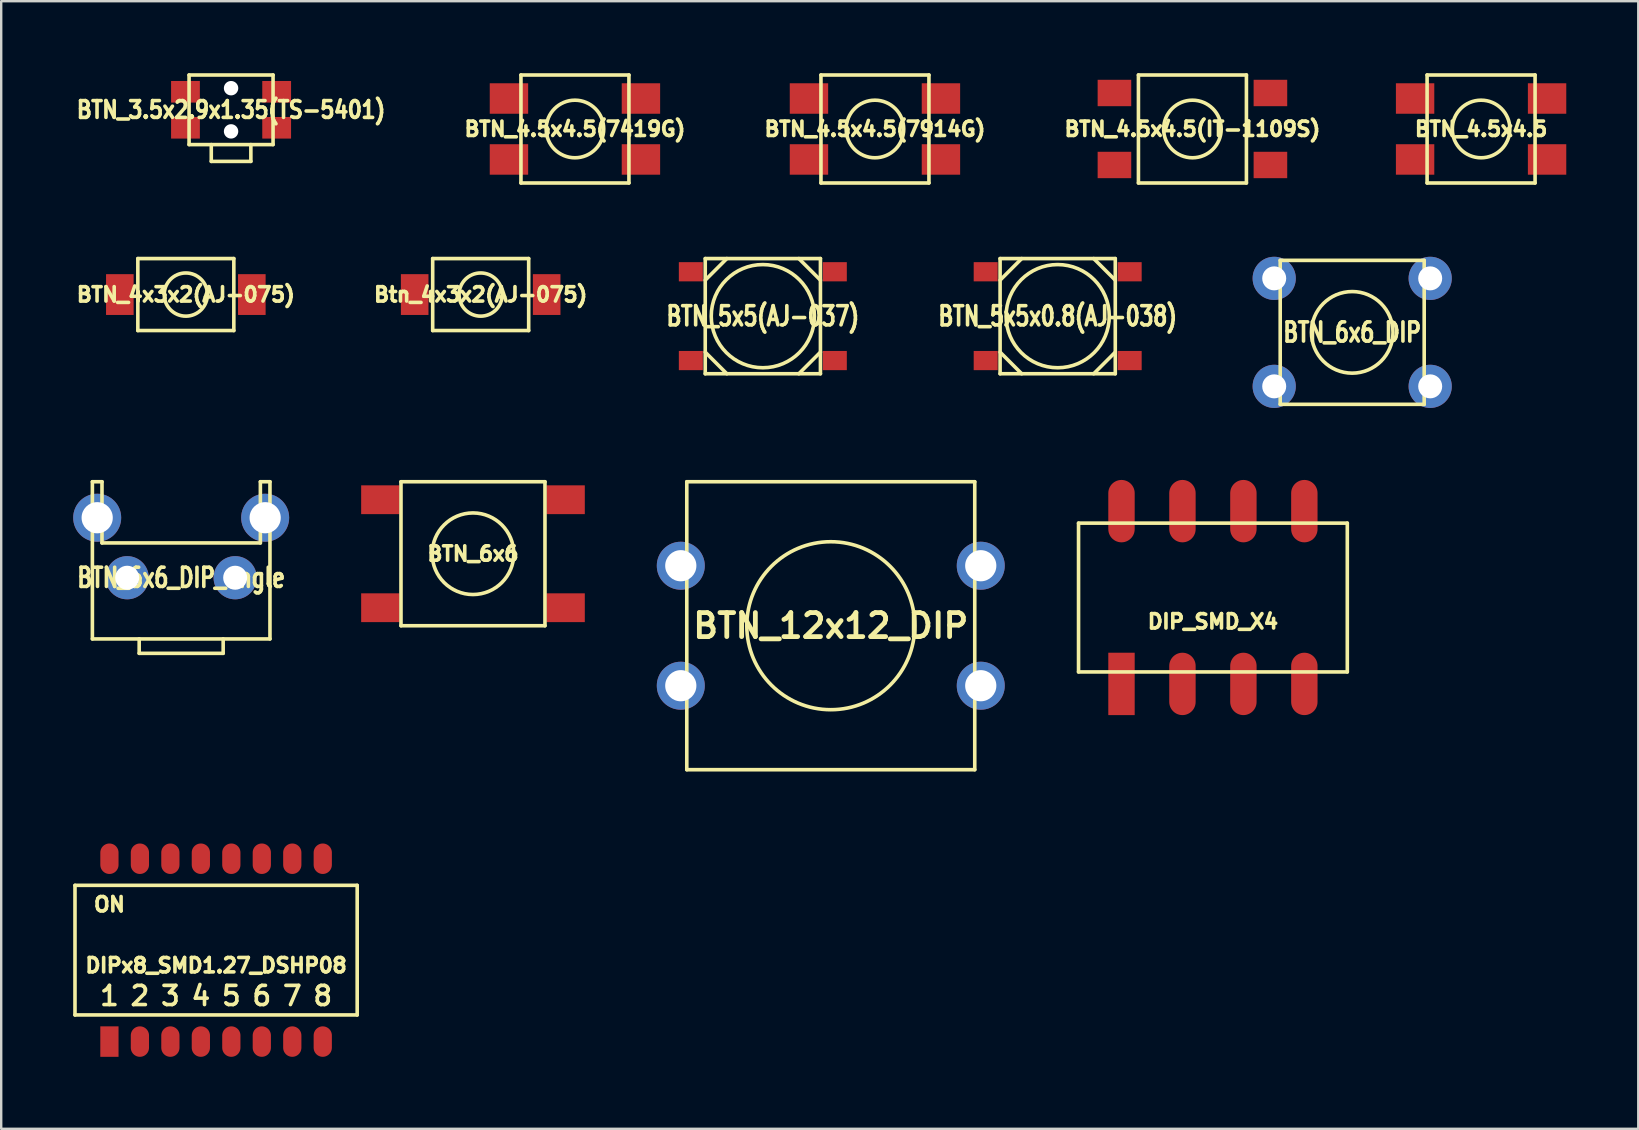
<source format=kicad_pcb>
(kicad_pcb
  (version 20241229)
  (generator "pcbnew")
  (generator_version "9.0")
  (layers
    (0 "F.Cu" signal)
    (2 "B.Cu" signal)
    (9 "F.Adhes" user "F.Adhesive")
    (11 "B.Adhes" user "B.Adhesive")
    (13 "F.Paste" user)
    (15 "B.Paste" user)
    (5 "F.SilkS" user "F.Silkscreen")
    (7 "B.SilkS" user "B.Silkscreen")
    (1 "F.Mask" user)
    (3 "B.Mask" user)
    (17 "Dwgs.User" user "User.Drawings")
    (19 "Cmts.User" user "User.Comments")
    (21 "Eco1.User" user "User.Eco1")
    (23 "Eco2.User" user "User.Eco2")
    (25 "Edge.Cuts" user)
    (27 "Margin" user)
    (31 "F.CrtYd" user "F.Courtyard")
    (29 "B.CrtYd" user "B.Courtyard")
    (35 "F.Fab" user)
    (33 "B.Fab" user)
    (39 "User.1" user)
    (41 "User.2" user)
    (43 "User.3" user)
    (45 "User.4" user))
  (footprint "BTN_5x5x0.8(AJ-038)"
    (layer "F.Cu")
    (at 41.026 10.125)
    (property "Reference" "BTN_5x5x0.8(AJ-038)" (at 0 0 0) (layer "F.SilkS") (effects (font (size 0.8 0.6) (thickness 0.15))))
    (attr through_hole)
    (fp_line (start -2.4 -2.4) (end -2.4 2.4) (stroke (width 0.15) (type solid)) (layer "F.SilkS"))
    (fp_line (start -2.4 2.4) (end 2.4 2.4) (stroke (width 0.15) (type solid)) (layer "F.SilkS"))
    (fp_line (start -1.5 -2.4) (end -2.4 -1.5) (stroke (width 0.15) (type solid)) (layer "F.SilkS"))
    (fp_line (start -1.5 2.4) (end -2.4 1.5) (stroke (width 0.15) (type solid)) (layer "F.SilkS"))
    (fp_line (start 2.4 -2.4) (end -2.4 -2.4) (stroke (width 0.15) (type solid)) (layer "F.SilkS"))
    (fp_line (start 2.4 -1.5) (end 1.5 -2.4) (stroke (width 0.15) (type solid)) (layer "F.SilkS"))
    (fp_line (start 2.4 1.5) (end 1.5 2.4) (stroke (width 0.15) (type solid)) (layer "F.SilkS"))
    (fp_line (start 2.4 2.4) (end 2.4 -2.4) (stroke (width 0.15) (type solid)) (layer "F.SilkS"))
    (fp_circle (center 0 0) (end 2.15 0) (stroke (width 0.15) (type solid)) (fill no) (layer "F.SilkS"))
    (pad "1" smd rect (at -3 -1.85) (size 1 0.8) (layers "F.Cu" "F.Mask" "F.Paste"))
    (pad "1" smd rect (at 3 -1.85) (size 1 0.8) (layers "F.Cu" "F.Mask" "F.Paste"))
    (pad "2" smd rect (at -3 1.85) (size 1 0.8) (layers "F.Cu" "F.Mask" "F.Paste"))
    (pad "2" smd rect (at 3 1.85) (size 1 0.8) (layers "F.Cu" "F.Mask" "F.Paste")))
  (footprint "DIPx8_SMD1.27_DSHP08"
    (layer "F.Cu")
    (at 5.955 36.545)
    (property "Reference" "DIPx8_SMD1.27_DSHP08" (at 0 0.635 0) (layer "F.SilkS") (effects (font (size 0.6 0.6) (thickness 0.15))))
    (attr smd)
    (fp_line (start -5.88 -2.7) (end 5.88 -2.7) (stroke (width 0.15) (type solid)) (layer "F.SilkS"))
    (fp_line (start -5.88 2.7) (end -5.88 -2.7) (stroke (width 0.15) (type solid)) (layer "F.SilkS"))
    (fp_line (start 5.88 -2.7) (end 5.88 2.7) (stroke (width 0.15) (type solid)) (layer "F.SilkS"))
    (fp_line (start 5.88 2.7) (end -5.88 2.7) (stroke (width 0.15) (type solid)) (layer "F.SilkS"))
    (fp_text user "5" (at 0.635 1.905 0) (unlocked yes) (layer "F.SilkS") (effects (font (size 0.8 0.8) (thickness 0.15))))
    (fp_text user "2" (at -3.175 1.905 0) (unlocked yes) (layer "F.SilkS") (effects (font (size 0.8 0.8) (thickness 0.15))))
    (fp_text user "ON" (at -4.445 -1.905 0) (unlocked yes) (layer "F.SilkS") (effects (font (size 0.6 0.6) (thickness 0.15))))
    (fp_text user "3" (at -1.905 1.905 0) (unlocked yes) (layer "F.SilkS") (effects (font (size 0.8 0.8) (thickness 0.15))))
    (fp_text user "6" (at 1.905 1.905 0) (unlocked yes) (layer "F.SilkS") (effects (font (size 0.8 0.8) (thickness 0.15))))
    (fp_text user "1" (at -4.445 1.905 0) (unlocked yes) (layer "F.SilkS") (effects (font (size 0.8 0.8) (thickness 0.15))))
    (fp_text user "7" (at 3.175 1.905 0) (unlocked yes) (layer "F.SilkS") (effects (font (size 0.8 0.8) (thickness 0.15))))
    (fp_text user "4" (at -0.635 1.905 0) (unlocked yes) (layer "F.SilkS") (effects (font (size 0.8 0.8) (thickness 0.15))))
    (fp_text user "8" (at 4.445 1.905 0) (unlocked yes) (layer "F.SilkS") (effects (font (size 0.8 0.8) (thickness 0.15))))
    (pad "1" smd rect (at -4.445 3.81) (size 0.76 1.27) (layers "F.Cu" "F.Mask" "F.Paste"))
    (pad "2" smd oval (at -4.445 -3.81) (size 0.76 1.27) (layers "F.Cu" "F.Mask" "F.Paste"))
    (pad "3" smd oval (at -3.175 3.81) (size 0.76 1.27) (layers "F.Cu" "F.Mask" "F.Paste"))
    (pad "4" smd oval (at -3.175 -3.81) (size 0.76 1.27) (layers "F.Cu" "F.Mask" "F.Paste"))
    (pad "5" smd oval (at -1.905 3.81) (size 0.76 1.27) (layers "F.Cu" "F.Mask" "F.Paste"))
    (pad "6" smd oval (at -1.905 -3.81) (size 0.76 1.27) (layers "F.Cu" "F.Mask" "F.Paste"))
    (pad "7" smd oval (at -0.635 3.81) (size 0.76 1.27) (layers "F.Cu" "F.Mask" "F.Paste"))
    (pad "8" smd oval (at -0.635 -3.81) (size 0.76 1.27) (layers "F.Cu" "F.Mask" "F.Paste"))
    (pad "9" smd oval (at 0.635 3.81) (size 0.76 1.27) (layers "F.Cu" "F.Mask" "F.Paste"))
    (pad "10" smd oval (at 0.635 -3.81) (size 0.76 1.27) (layers "F.Cu" "F.Mask" "F.Paste"))
    (pad "11" smd oval (at 1.905 3.81) (size 0.76 1.27) (layers "F.Cu" "F.Mask" "F.Paste"))
    (pad "12" smd oval (at 1.905 -3.81) (size 0.76 1.27) (layers "F.Cu" "F.Mask" "F.Paste"))
    (pad "13" smd oval (at 3.175 3.81) (size 0.76 1.27) (layers "F.Cu" "F.Mask" "F.Paste"))
    (pad "14" smd oval (at 3.175 -3.81) (size 0.76 1.27) (layers "F.Cu" "F.Mask" "F.Paste"))
    (pad "15" smd oval (at 4.445 3.81) (size 0.76 1.27) (layers "F.Cu" "F.Mask" "F.Paste"))
    (pad "16" smd oval (at 4.445 -3.81) (size 0.76 1.27) (layers "F.Cu" "F.Mask" "F.Paste")))
  (footprint "BTN_4.5x4.5(7419G)"
    (layer "F.Cu")
    (at 20.909 2.325)
    (property "Reference" "BTN_4.5x4.5(7419G)" (at 0 0 0) (layer "F.SilkS") (effects (font (size 0.6 0.6) (thickness 0.15))))
    (attr smd)
    (fp_line (start -2.25 -2.25) (end -2.25 2.25) (stroke (width 0.15) (type solid)) (layer "F.SilkS"))
    (fp_line (start -2.25 2.25) (end 2.25 2.25) (stroke (width 0.15) (type solid)) (layer "F.SilkS"))
    (fp_line (start 2.25 -2.25) (end -2.25 -2.25) (stroke (width 0.15) (type solid)) (layer "F.SilkS"))
    (fp_line (start 2.25 2.25) (end 2.25 -2.25) (stroke (width 0.15) (type solid)) (layer "F.SilkS"))
    (fp_circle (center 0 0) (end -1.2 0) (stroke (width 0.15) (type solid)) (fill no) (layer "F.SilkS"))
    (pad "1" smd rect (at -2.75 -1.27) (size 1.6 1.27) (layers "F.Cu" "F.Mask" "F.Paste"))
    (pad "1" smd rect (at 2.75 -1.27) (size 1.6 1.27) (layers "F.Cu" "F.Mask" "F.Paste"))
    (pad "2" smd rect (at -2.75 1.27) (size 1.6 1.27) (layers "F.Cu" "F.Mask" "F.Paste"))
    (pad "2" smd rect (at 2.75 1.27) (size 1.6 1.27) (layers "F.Cu" "F.Mask" "F.Paste")))
  (footprint "BTN_4.5x4.5(IT-1109S)"
    (layer "F.Cu")
    (at 46.641 2.325)
    (property "Reference" "BTN_4.5x4.5(IT-1109S)" (at 0 0 0) (layer "F.SilkS") (effects (font (size 0.6 0.6) (thickness 0.15))))
    (attr smd)
    (fp_line (start -2.25 -2.25) (end -2.25 2.25) (stroke (width 0.15) (type solid)) (layer "F.SilkS"))
    (fp_line (start -2.25 2.25) (end 2.25 2.25) (stroke (width 0.15) (type solid)) (layer "F.SilkS"))
    (fp_line (start 2.25 -2.25) (end -2.25 -2.25) (stroke (width 0.15) (type solid)) (layer "F.SilkS"))
    (fp_line (start 2.25 2.25) (end 2.25 -2.25) (stroke (width 0.15) (type solid)) (layer "F.SilkS"))
    (fp_circle (center 0 0) (end -1.2 0) (stroke (width 0.15) (type solid)) (fill no) (layer "F.SilkS"))
    (pad "1" smd rect (at -3.25 -1.5) (size 1.4 1.1) (layers "F.Cu" "F.Mask" "F.Paste"))
    (pad "1" smd rect (at 3.25 -1.5) (size 1.4 1.1) (layers "F.Cu" "F.Mask" "F.Paste"))
    (pad "2" smd rect (at -3.25 1.5) (size 1.4 1.1) (layers "F.Cu" "F.Mask" "F.Paste"))
    (pad "2" smd rect (at 3.25 1.5) (size 1.4 1.1) (layers "F.Cu" "F.Mask" "F.Paste")))
  (footprint "BTN_4.5x4.5(7914G)"
    (layer "F.Cu")
    (at 33.411 2.325)
    (property "Reference" "BTN_4.5x4.5(7914G)" (at 0 0 0) (layer "F.SilkS") (effects (font (size 0.6 0.6) (thickness 0.15))))
    (attr smd)
    (fp_line (start -2.25 -2.25) (end -2.25 2.25) (stroke (width 0.15) (type solid)) (layer "F.SilkS"))
    (fp_line (start -2.25 2.25) (end 2.25 2.25) (stroke (width 0.15) (type solid)) (layer "F.SilkS"))
    (fp_line (start 2.25 -2.25) (end -2.25 -2.25) (stroke (width 0.15) (type solid)) (layer "F.SilkS"))
    (fp_line (start 2.25 2.25) (end 2.25 -2.25) (stroke (width 0.15) (type solid)) (layer "F.SilkS"))
    (fp_circle (center 0 0) (end -1.2 0) (stroke (width 0.15) (type solid)) (fill no) (layer "F.SilkS"))
    (pad "1" smd rect (at -2.75 -1.27) (size 1.6 1.27) (layers "F.Cu" "F.Mask" "F.Paste"))
    (pad "1" smd rect (at 2.75 -1.27) (size 1.6 1.27) (layers "F.Cu" "F.Mask" "F.Paste"))
    (pad "2" smd rect (at -2.75 1.27) (size 1.6 1.27) (layers "F.Cu" "F.Mask" "F.Paste"))
    (pad "2" smd rect (at 2.75 1.27) (size 1.6 1.27) (layers "F.Cu" "F.Mask" "F.Paste")))
  (footprint "BTN_6x6"
    (layer "F.Cu")
    (at 16.66 20.025)
    (property "Reference" "BTN_6x6" (at 0 0 0) (layer "F.SilkS") (effects (font (size 0.6 0.6) (thickness 0.15))))
    (attr through_hole)
    (fp_line (start -3 -3) (end -3 3) (stroke (width 0.15) (type solid)) (layer "F.SilkS"))
    (fp_line (start -3 3) (end 3 3) (stroke (width 0.15) (type solid)) (layer "F.SilkS"))
    (fp_line (start 3 -3) (end -3 -3) (stroke (width 0.15) (type solid)) (layer "F.SilkS"))
    (fp_line (start 3 3) (end 3 -3) (stroke (width 0.15) (type solid)) (layer "F.SilkS"))
    (fp_circle (center 0 0) (end -1.7 0) (stroke (width 0.15) (type solid)) (fill no) (layer "F.SilkS"))
    (pad "1" smd rect (at -3.86 -2.25) (size 1.6 1.2) (layers "F.Cu" "F.Mask" "F.Paste"))
    (pad "1" smd rect (at 3.86 -2.25) (size 1.6 1.2) (layers "F.Cu" "F.Mask" "F.Paste"))
    (pad "2" smd rect (at -3.86 2.25) (size 1.6 1.2) (layers "F.Cu" "F.Mask" "F.Paste"))
    (pad "2" smd rect (at 3.86 2.25) (size 1.6 1.2) (layers "F.Cu" "F.Mask" "F.Paste")))
  (footprint "BTN_4.5x4.5"
    (layer "F.Cu")
    (at 58.67 2.325)
    (property "Reference" "BTN_4.5x4.5" (at 0 0 0) (layer "F.SilkS") (effects (font (size 0.6 0.6) (thickness 0.15))))
    (attr smd)
    (fp_line (start -2.25 -2.25) (end -2.25 2.25) (stroke (width 0.15) (type solid)) (layer "F.SilkS"))
    (fp_line (start -2.25 2.25) (end 2.25 2.25) (stroke (width 0.15) (type solid)) (layer "F.SilkS"))
    (fp_line (start 2.25 -2.25) (end -2.25 -2.25) (stroke (width 0.15) (type solid)) (layer "F.SilkS"))
    (fp_line (start 2.25 2.25) (end 2.25 -2.25) (stroke (width 0.15) (type solid)) (layer "F.SilkS"))
    (fp_circle (center 0 0) (end -1.2 0) (stroke (width 0.15) (type solid)) (fill no) (layer "F.SilkS"))
    (pad "1" smd rect (at -2.75 -1.27) (size 1.6 1.27) (layers "F.Cu" "F.Mask" "F.Paste"))
    (pad "1" smd rect (at 2.75 -1.27) (size 1.6 1.27) (layers "F.Cu" "F.Mask" "F.Paste"))
    (pad "2" smd rect (at -2.75 1.27) (size 1.6 1.27) (layers "F.Cu" "F.Mask" "F.Paste"))
    (pad "2" smd rect (at 2.75 1.27) (size 1.6 1.27) (layers "F.Cu" "F.Mask" "F.Paste")))
  (footprint "DIP_SMD_X4"
    (layer "F.Cu")
    (at 47.495 21.85)
    (property "Reference" "DIP_SMD_X4" (at 0 1 0) (layer "F.SilkS") (effects (font (size 0.6 0.6) (thickness 0.15))))
    (attr through_hole)
    (fp_line (start -5.6 -3.1) (end 5.6 -3.1) (stroke (width 0.15) (type solid)) (layer "F.SilkS"))
    (fp_line (start -5.6 3.1) (end -5.6 -3.1) (stroke (width 0.15) (type solid)) (layer "F.SilkS"))
    (fp_line (start 5.6 -3.1) (end 5.6 3.1) (stroke (width 0.15) (type solid)) (layer "F.SilkS"))
    (fp_line (start 5.6 3.1) (end -5.6 3.1) (stroke (width 0.15) (type solid)) (layer "F.SilkS"))
    (pad "1" smd rect (at -3.81 3.6) (size 1.1 2.6) (layers "F.Cu" "F.Mask" "F.Paste"))
    (pad "2" smd oval (at -1.27 3.6) (size 1.1 2.6) (layers "F.Cu" "F.Mask" "F.Paste"))
    (pad "3" smd oval (at 1.27 3.6) (size 1.1 2.6) (layers "F.Cu" "F.Mask" "F.Paste"))
    (pad "4" smd oval (at 3.81 3.6) (size 1.1 2.6) (layers "F.Cu" "F.Mask" "F.Paste"))
    (pad "5" smd oval (at 3.81 -3.6) (size 1.1 2.6) (layers "F.Cu" "F.Mask" "F.Paste"))
    (pad "6" smd oval (at 1.27 -3.6) (size 1.1 2.6) (layers "F.Cu" "F.Mask" "F.Paste"))
    (pad "7" smd oval (at -1.27 -3.6) (size 1.1 2.6) (layers "F.Cu" "F.Mask" "F.Paste"))
    (pad "8" smd oval (at -3.81 -3.6) (size 1.1 2.6) (layers "F.Cu" "F.Mask" "F.Paste")))
  (footprint "BTN_3.5x2.9x1.35(TS-5401)"
    (layer "F.Cu")
    (at 6.579 1.525)
    (property "Reference" "BTN_3.5x2.9x1.35(TS-5401)" (at 0 0 0) (layer "F.SilkS") (effects (font (size 0.7 0.6) (thickness 0.15))))
    (attr smd)
    (fp_line (start -1.75 -1.45) (end -1.75 1.45) (stroke (width 0.15) (type solid)) (layer "F.SilkS"))
    (fp_line (start -1.75 1.45) (end 1.75 1.45) (stroke (width 0.15) (type solid)) (layer "F.SilkS"))
    (fp_line (start -0.825 1.45) (end -0.825 2.15) (stroke (width 0.15) (type solid)) (layer "F.SilkS"))
    (fp_line (start -0.825 2.15) (end 0.825 2.15) (stroke (width 0.15) (type solid)) (layer "F.SilkS"))
    (fp_line (start 0.825 1.45) (end 0.825 2.15) (stroke (width 0.15) (type solid)) (layer "F.SilkS"))
    (fp_line (start 1.75 -1.45) (end -1.75 -1.45) (stroke (width 0.15) (type solid)) (layer "F.SilkS"))
    (fp_line (start 1.75 1.45) (end 1.75 -1.45) (stroke (width 0.15) (type solid)) (layer "F.SilkS"))
    (pad "" np_thru_hole circle (at 0 -0.9) (size 0.6 0.6) (drill 0.6) (layers "*.Cu" "*.Mask"))
    (pad "" np_thru_hole circle (at 0 0.9) (size 0.6 0.6) (drill 0.6) (layers "*.Cu" "*.Mask"))
    (pad "1" smd rect (at -1.9 0.75) (size 1.2 0.9) (layers "F.Cu" "F.Mask" "F.Paste"))
    (pad "1" smd rect (at 1.9 0.75) (size 1.2 0.9) (layers "F.Cu" "F.Mask" "F.Paste"))
    (pad "2" smd rect (at -1.9 -0.75) (size 1.2 0.9) (layers "F.Cu" "F.Mask" "F.Paste"))
    (pad "2" smd rect (at 1.9 -0.75) (size 1.2 0.9) (layers "F.Cu" "F.Mask" "F.Paste")))
  (footprint "BTN_5x5(AJ-037)"
    (layer "F.Cu")
    (at 28.739 10.125)
    (property "Reference" "BTN_5x5(AJ-037)" (at 0 0 0) (layer "F.SilkS") (effects (font (size 0.8 0.6) (thickness 0.15))))
    (attr smd)
    (fp_line (start -2.4 -2.4) (end -2.4 2.4) (stroke (width 0.15) (type solid)) (layer "F.SilkS"))
    (fp_line (start -2.4 2.4) (end 2.4 2.4) (stroke (width 0.15) (type solid)) (layer "F.SilkS"))
    (fp_line (start -1.5 -2.4) (end -2.4 -1.5) (stroke (width 0.15) (type solid)) (layer "F.SilkS"))
    (fp_line (start -1.5 2.4) (end -2.4 1.5) (stroke (width 0.15) (type solid)) (layer "F.SilkS"))
    (fp_line (start 2.4 -2.4) (end -2.4 -2.4) (stroke (width 0.15) (type solid)) (layer "F.SilkS"))
    (fp_line (start 2.4 -1.5) (end 1.5 -2.4) (stroke (width 0.15) (type solid)) (layer "F.SilkS"))
    (fp_line (start 2.4 1.5) (end 1.5 2.4) (stroke (width 0.15) (type solid)) (layer "F.SilkS"))
    (fp_line (start 2.4 2.4) (end 2.4 -2.4) (stroke (width 0.15) (type solid)) (layer "F.SilkS"))
    (fp_circle (center 0 0) (end 2.15 0) (stroke (width 0.15) (type solid)) (fill no) (layer "F.SilkS"))
    (pad "1" smd rect (at -3 -1.85) (size 1 0.8) (layers "F.Cu" "F.Mask" "F.Paste"))
    (pad "1" smd rect (at 3 -1.85) (size 1 0.8) (layers "F.Cu" "F.Mask" "F.Paste"))
    (pad "2" smd rect (at -3 1.85) (size 1 0.8) (layers "F.Cu" "F.Mask" "F.Paste"))
    (pad "2" smd rect (at 3 1.85) (size 1 0.8) (layers "F.Cu" "F.Mask" "F.Paste")))
  (footprint "BTN_6x6_DIP_angle"
    (layer "F.Cu")
    (at 4.5 21.025)
    (property "Reference" "BTN_6x6_DIP_angle" (at 0 0 0) (layer "F.SilkS") (effects (font (size 0.8 0.6) (thickness 0.15))))
    (attr through_hole)
    (fp_line (start -3.7 -4) (end -3.7 2.55) (stroke (width 0.15) (type solid)) (layer "F.SilkS"))
    (fp_line (start -3.7 2.55) (end 3.7 2.55) (stroke (width 0.15) (type solid)) (layer "F.SilkS"))
    (fp_line (start -3.3 -4) (end -3.7 -4) (stroke (width 0.15) (type solid)) (layer "F.SilkS"))
    (fp_line (start -3.3 -1.45) (end -3.3 -4) (stroke (width 0.15) (type solid)) (layer "F.SilkS"))
    (fp_line (start -1.75 3.15) (end -1.75 2.55) (stroke (width 0.15) (type solid)) (layer "F.SilkS"))
    (fp_line (start 1.75 3.15) (end -1.75 3.15) (stroke (width 0.15) (type solid)) (layer "F.SilkS"))
    (fp_line (start 1.75 3.15) (end 1.75 2.55) (stroke (width 0.15) (type solid)) (layer "F.SilkS"))
    (fp_line (start 3.3 -1.45) (end -3.3 -1.45) (stroke (width 0.15) (type solid)) (layer "F.SilkS"))
    (fp_line (start 3.3 -1.45) (end 3.3 -4) (stroke (width 0.15) (type solid)) (layer "F.SilkS"))
    (fp_line (start 3.7 -4) (end 3.3 -4) (stroke (width 0.15) (type solid)) (layer "F.SilkS"))
    (fp_line (start 3.7 2.55) (end 3.7 -4) (stroke (width 0.15) (type solid)) (layer "F.SilkS"))
    (pad "" thru_hole circle (at -3.5 -2.5) (size 2 2) (drill 1.3) (layers "*.Cu" "*.Mask"))
    (pad "" thru_hole circle (at 3.5 -2.5) (size 2 2) (drill 1.3) (layers "*.Cu" "*.Mask"))
    (pad "1" thru_hole circle (at -2.25 0) (size 1.8 1.8) (drill 1) (layers "*.Cu" "*.Mask"))
    (pad "2" thru_hole circle (at 2.25 0) (size 1.8 1.8) (drill 1) (layers "*.Cu" "*.Mask")))
  (footprint "Btn_4x3x2(AJ-075)"
    (layer "F.Cu")
    (at 16.981 9.225)
    (property "Reference" "Btn_4x3x2(AJ-075)" (at 0 0 0) (layer "F.SilkS") (effects (font (size 0.6 0.6) (thickness 0.15))))
    (attr smd)
    (fp_line (start -2 -1.5) (end -2 1.5) (stroke (width 0.15) (type solid)) (layer "F.SilkS"))
    (fp_line (start -2 1.5) (end 2 1.5) (stroke (width 0.15) (type solid)) (layer "F.SilkS"))
    (fp_line (start 2 -1.5) (end -2 -1.5) (stroke (width 0.15) (type solid)) (layer "F.SilkS"))
    (fp_line (start 2 1.5) (end 2 -1.5) (stroke (width 0.15) (type solid)) (layer "F.SilkS"))
    (fp_circle (center 0 0) (end -0.9 0) (stroke (width 0.15) (type solid)) (fill no) (layer "F.SilkS"))
    (pad "1" smd rect (at -2.75 0) (size 1.15 1.7) (layers "F.Cu" "F.Mask" "F.Paste"))
    (pad "2" smd rect (at 2.75 0) (size 1.15 1.7) (layers "F.Cu" "F.Mask" "F.Paste")))
  (footprint "BTN_12x12_DIP"
    (layer "F.Cu")
    (at 31.57 23.025)
    (property "Reference" "BTN_12x12_DIP" (at 0 0 0) (layer "F.SilkS") (effects (font (size 1 1) (thickness 0.2) (bold yes))))
    (attr through_hole)
    (fp_line (start -6 -6) (end -6 6) (stroke (width 0.15) (type solid)) (layer "F.SilkS"))
    (fp_line (start -6 6) (end 6 6) (stroke (width 0.15) (type solid)) (layer "F.SilkS"))
    (fp_line (start 6 -6) (end -6 -6) (stroke (width 0.15) (type solid)) (layer "F.SilkS"))
    (fp_line (start 6 6) (end 6 -6) (stroke (width 0.15) (type solid)) (layer "F.SilkS"))
    (fp_circle (center 0 0) (end 3.5 0) (stroke (width 0.15) (type solid)) (fill no) (layer "F.SilkS"))
    (pad "1" thru_hole circle (at -6.25 -2.5) (size 2 2) (drill 1.3) (layers "*.Cu" "*.Mask"))
    (pad "1" thru_hole circle (at 6.25 -2.5) (size 2 2) (drill 1.3) (layers "*.Cu" "*.Mask"))
    (pad "2" thru_hole circle (at -6.25 2.5) (size 2 2) (drill 1.3) (layers "*.Cu" "*.Mask"))
    (pad "2" thru_hole circle (at 6.25 2.5) (size 2 2) (drill 1.3) (layers "*.Cu" "*.Mask")))
  (footprint "BTN_6x6_DIP"
    (layer "F.Cu")
    (at 53.299 10.8)
    (property "Reference" "BTN_6x6_DIP" (at 0 0 0) (layer "F.SilkS") (effects (font (size 0.8 0.6) (thickness 0.15))))
    (attr through_hole)
    (fp_line (start -3 -3) (end -3 3) (stroke (width 0.15) (type solid)) (layer "F.SilkS"))
    (fp_line (start -3 3) (end 3 3) (stroke (width 0.15) (type solid)) (layer "F.SilkS"))
    (fp_line (start 3 -3) (end -3 -3) (stroke (width 0.15) (type solid)) (layer "F.SilkS"))
    (fp_line (start 3 3) (end 3 -3) (stroke (width 0.15) (type solid)) (layer "F.SilkS"))
    (fp_circle (center 0 0) (end -1.7 0) (stroke (width 0.15) (type solid)) (fill no) (layer "F.SilkS"))
    (pad "1" thru_hole circle (at -3.25 -2.25) (size 1.8 1.8) (drill 1) (layers "*.Cu" "*.Mask"))
    (pad "1" thru_hole circle (at 3.25 -2.25) (size 1.8 1.8) (drill 1) (layers "*.Cu" "*.Mask"))
    (pad "2" thru_hole circle (at -3.25 2.25) (size 1.8 1.8) (drill 1) (layers "*.Cu" "*.Mask"))
    (pad "2" thru_hole circle (at 3.25 2.25) (size 1.8 1.8) (drill 1) (layers "*.Cu" "*.Mask")))
  (footprint "BTN_4x3x2(AJ-075)"
    (layer "F.Cu")
    (at 4.694 9.225)
    (property "Reference" "BTN_4x3x2(AJ-075)" (at 0 0 0) (layer "F.SilkS") (effects (font (size 0.6 0.6) (thickness 0.15))))
    (attr smd)
    (fp_line (start -2 -1.5) (end -2 1.5) (stroke (width 0.15) (type solid)) (layer "F.SilkS"))
    (fp_line (start -2 1.5) (end 2 1.5) (stroke (width 0.15) (type solid)) (layer "F.SilkS"))
    (fp_line (start 2 -1.5) (end -2 -1.5) (stroke (width 0.15) (type solid)) (layer "F.SilkS"))
    (fp_line (start 2 1.5) (end 2 -1.5) (stroke (width 0.15) (type solid)) (layer "F.SilkS"))
    (fp_circle (center 0 0) (end -0.9 0) (stroke (width 0.15) (type solid)) (fill no) (layer "F.SilkS"))
    (pad "1" smd rect (at -2.75 0) (size 1.15 1.7) (layers "F.Cu" "F.Mask" "F.Paste"))
    (pad "2" smd rect (at 2.75 0) (size 1.15 1.7) (layers "F.Cu" "F.Mask" "F.Paste")))
  (gr_rect
    (start -3 -3)
    (end 65.22 43.99)
    (stroke (width 0.1) (type default))
    (fill no)
    (layer "Edge.Cuts")))
</source>
